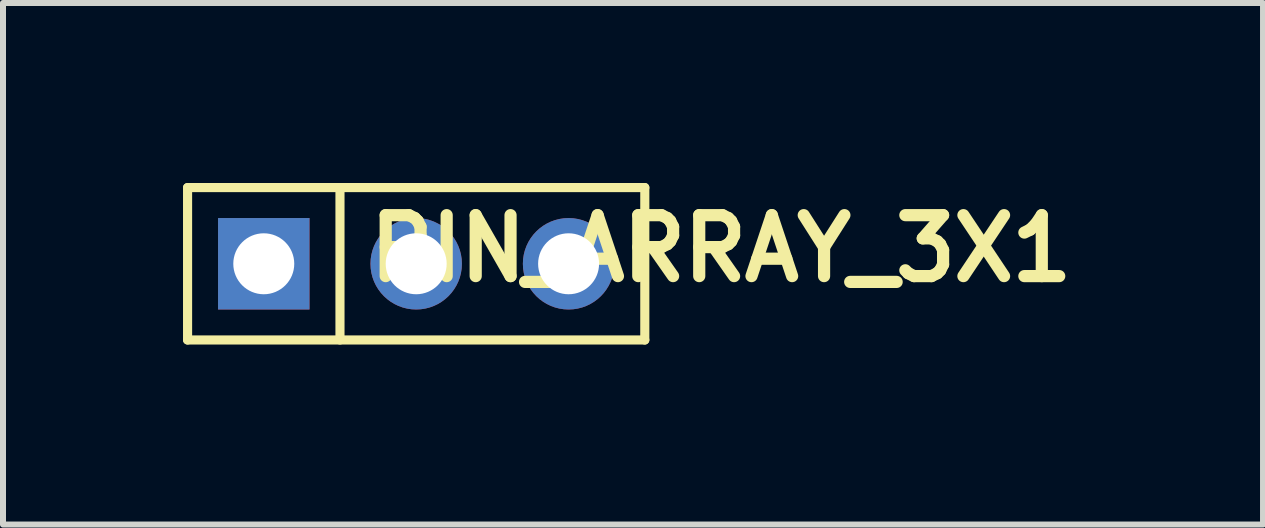
<source format=kicad_pcb>
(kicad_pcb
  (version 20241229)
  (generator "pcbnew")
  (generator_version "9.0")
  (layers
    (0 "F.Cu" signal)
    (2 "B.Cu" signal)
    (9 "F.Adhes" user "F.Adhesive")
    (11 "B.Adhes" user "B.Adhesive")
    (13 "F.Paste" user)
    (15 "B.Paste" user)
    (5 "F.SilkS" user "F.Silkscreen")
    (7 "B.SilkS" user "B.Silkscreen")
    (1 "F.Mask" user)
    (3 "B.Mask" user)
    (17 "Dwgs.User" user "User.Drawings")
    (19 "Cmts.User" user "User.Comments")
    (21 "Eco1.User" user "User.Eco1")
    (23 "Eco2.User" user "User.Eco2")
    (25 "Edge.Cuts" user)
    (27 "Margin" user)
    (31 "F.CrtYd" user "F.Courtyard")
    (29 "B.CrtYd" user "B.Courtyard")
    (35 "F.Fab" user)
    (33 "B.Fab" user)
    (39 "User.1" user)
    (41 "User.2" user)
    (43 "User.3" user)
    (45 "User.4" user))
  (footprint "PIN_ARRAY_3X1"
    (layer "F.Cu")
    (at 3.886 1.346)
    (property "Reference" "PIN_ARRAY_3X1" (at 5.08 -0.254 0) (layer "F.SilkS") (effects (font (size 1.016 1.016) (thickness 0.203))))
    (attr through_hole)
    (fp_line (start -3.81 -1.27) (end 3.81 -1.27) (stroke (width 0.152) (type solid)) (layer "F.SilkS"))
    (fp_line (start -3.81 1.27) (end -3.81 -1.27) (stroke (width 0.152) (type solid)) (layer "F.SilkS"))
    (fp_line (start -1.27 -1.27) (end -1.27 1.27) (stroke (width 0.152) (type solid)) (layer "F.SilkS"))
    (fp_line (start 3.81 -1.27) (end 3.81 1.27) (stroke (width 0.152) (type solid)) (layer "F.SilkS"))
    (fp_line (start 3.81 1.27) (end -3.81 1.27) (stroke (width 0.152) (type solid)) (layer "F.SilkS"))
    (pad "1" thru_hole rect (at -2.54 0) (size 1.524 1.524) (drill 1.016) (layers "*.Cu" "*.Mask"))
    (pad "2" thru_hole circle (at 0 0) (size 1.524 1.524) (drill 1.016) (layers "*.Cu" "*.Mask"))
    (pad "3" thru_hole circle (at 2.54 0) (size 1.524 1.524) (drill 1.016) (layers "*.Cu" "*.Mask")))
  (gr_rect
    (start -3 -3)
    (end 17.999 5.692)
    (stroke (width 0.1) (type default))
    (fill no)
    (layer "Edge.Cuts")))
</source>
